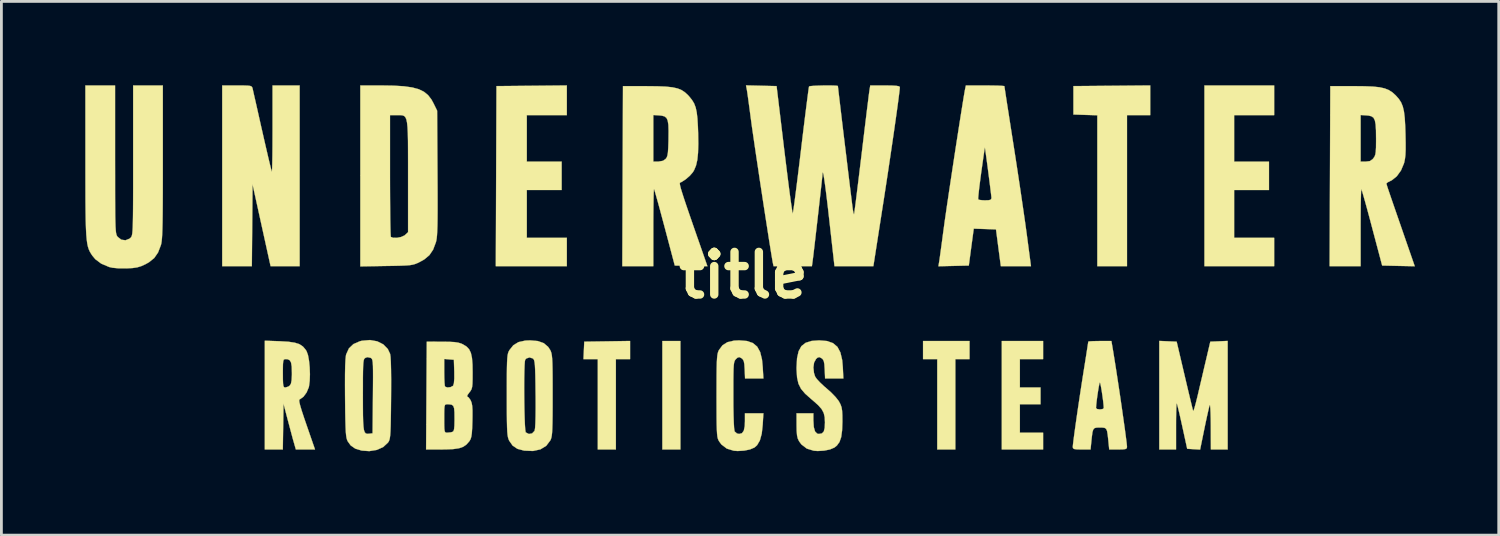
<source format=kicad_pcb>
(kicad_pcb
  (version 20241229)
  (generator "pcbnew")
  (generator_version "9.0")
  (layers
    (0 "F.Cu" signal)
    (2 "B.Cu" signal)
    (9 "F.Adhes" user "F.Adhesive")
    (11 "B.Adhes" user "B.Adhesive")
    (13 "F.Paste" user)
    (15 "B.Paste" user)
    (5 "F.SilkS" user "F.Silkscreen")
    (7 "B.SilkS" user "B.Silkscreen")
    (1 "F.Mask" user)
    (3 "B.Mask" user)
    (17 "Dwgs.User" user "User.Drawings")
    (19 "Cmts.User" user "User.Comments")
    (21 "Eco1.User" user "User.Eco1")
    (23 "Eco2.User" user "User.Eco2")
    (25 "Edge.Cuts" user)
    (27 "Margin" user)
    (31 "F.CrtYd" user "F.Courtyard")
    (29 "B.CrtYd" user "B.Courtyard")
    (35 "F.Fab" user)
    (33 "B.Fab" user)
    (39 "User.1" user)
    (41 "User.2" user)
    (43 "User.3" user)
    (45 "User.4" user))
  (footprint "title"
    (layer "F.Cu")
    (at 23.558 6.797)
    (property "Reference" "title" (at 0 0 0) (layer "F.SilkS") (effects (font (size 1.524 1.524) (thickness 0.3))))
    (attr through_hole)
    (fp_poly (pts (xy -2.263 6.235) (xy -2.909 6.235) (xy -2.909 2.355) (xy -2.263 2.355) (xy -2.263 6.235)) (stroke (width 0.01) (type solid)) (fill yes) (layer "F.SilkS"))
    (fp_poly (pts (xy 8.082 3.002) (xy 7.574 3.002) (xy 7.574 6.235) (xy 6.927 6.235) (xy 6.927 3.002) (xy 6.419 3.002) (xy 6.419 2.355) (xy 8.082 2.355) (xy 8.082 3.002)) (stroke (width 0.01) (type solid)) (fill yes) (layer "F.SilkS"))
    (fp_poly (pts (xy -4.064 3.002) (xy -4.572 3.002) (xy -4.572 6.235) (xy -5.219 6.235) (xy -5.219 3.002) (xy -5.731 3.002) (xy -5.717 2.69) (xy -5.703 2.378) (xy -4.884 2.366) (xy -4.064 2.353) (xy -4.064 3.002)) (stroke (width 0.01) (type solid)) (fill yes) (layer "F.SilkS"))
    (fp_poly (pts (xy 14.547 -5.727) (xy 13.716 -5.727) (xy 13.716 -0.323) (xy 12.654 -0.323) (xy 12.654 -5.723) (xy 12.227 -5.736) (xy 11.799 -5.75) (xy 11.799 -6.766) (xy 13.173 -6.778) (xy 14.547 -6.79) (xy 14.547 -5.727)) (stroke (width 0.01) (type solid)) (fill yes) (layer "F.SilkS"))
    (fp_poly (pts (xy 10.714 3.002) (xy 9.883 3.002) (xy 9.883 4.018) (xy 10.622 4.018) (xy 10.622 4.618) (xy 9.883 4.618) (xy 9.883 5.634) (xy 10.714 5.634) (xy 10.714 6.235) (xy 9.236 6.235) (xy 9.236 2.355) (xy 10.714 2.355) (xy 10.714 3.002)) (stroke (width 0.01) (type solid)) (fill yes) (layer "F.SilkS"))
    (fp_poly (pts (xy 18.981 -5.727) (xy 17.549 -5.727) (xy 17.549 -4.064) (xy 18.796 -4.064) (xy 18.796 -3.048) (xy 17.549 -3.048) (xy 17.549 -1.339) (xy 18.981 -1.339) (xy 18.981 -0.323) (xy 16.487 -0.323) (xy 16.487 -6.789) (xy 18.981 -6.789) (xy 18.981 -5.727)) (stroke (width 0.01) (type solid)) (fill yes) (layer "F.SilkS"))
    (fp_poly (pts (xy -6.327 -5.727) (xy -7.759 -5.727) (xy -7.759 -4.064) (xy -6.512 -4.064) (xy -6.512 -3.048) (xy -7.759 -3.048) (xy -7.759 -1.339) (xy -6.327 -1.339) (xy -6.327 -0.323) (xy -8.868 -0.323) (xy -8.856 -3.544) (xy -8.844 -6.766) (xy -7.585 -6.778) (xy -6.327 -6.79) (xy -6.327 -5.727)) (stroke (width 0.01) (type solid)) (fill yes) (layer "F.SilkS"))
    (fp_poly (pts (xy -17.899 -6.788) (xy -17.747 -6.783) (xy -17.654 -6.772) (xy -17.605 -6.75) (xy -17.581 -6.716) (xy -17.572 -6.685) (xy -17.556 -6.615) (xy -17.523 -6.467) (xy -17.474 -6.253) (xy -17.413 -5.984) (xy -17.343 -5.672) (xy -17.266 -5.328) (xy -17.226 -5.154) (xy -17.147 -4.805) (xy -17.073 -4.485) (xy -17.008 -4.205) (xy -16.953 -3.977) (xy -16.912 -3.811) (xy -16.887 -3.719) (xy -16.881 -3.703) (xy -16.875 -3.742) (xy -16.87 -3.862) (xy -16.865 -4.054) (xy -16.861 -4.307) (xy -16.858 -4.611) (xy -16.857 -4.955) (xy -16.856 -5.234) (xy -16.856 -6.789) (xy -15.887 -6.789) (xy -15.887 -0.323) (xy -16.406 -0.323) (xy -16.926 -0.323) (xy -17.249 -1.789) (xy -17.572 -3.255) (xy -17.584 -1.789) (xy -17.597 -0.323) (xy -18.657 -0.323) (xy -18.657 -6.789) (xy -18.127 -6.789) (xy -17.899 -6.788)) (stroke (width 0.01) (type solid)) (fill yes) (layer "F.SilkS"))
    (fp_poly (pts (xy 17.318 6.235) (xy 16.718 6.235) (xy 16.715 5.392) (xy 16.712 5.132) (xy 16.706 4.915) (xy 16.698 4.752) (xy 16.688 4.656) (xy 16.676 4.641) (xy 16.676 4.641) (xy 16.655 4.716) (xy 16.62 4.864) (xy 16.574 5.068) (xy 16.522 5.311) (xy 16.486 5.486) (xy 16.332 6.239) (xy 15.87 6.211) (xy 15.695 5.409) (xy 15.637 5.148) (xy 15.585 4.921) (xy 15.541 4.74) (xy 15.51 4.622) (xy 15.495 4.581) (xy 15.488 4.617) (xy 15.481 4.731) (xy 15.476 4.91) (xy 15.472 5.139) (xy 15.471 5.396) (xy 15.471 6.235) (xy 14.871 6.235) (xy 14.871 2.351) (xy 15.182 2.365) (xy 15.493 2.378) (xy 15.778 3.591) (xy 15.854 3.914) (xy 15.924 4.209) (xy 15.985 4.463) (xy 16.034 4.665) (xy 16.067 4.801) (xy 16.083 4.86) (xy 16.083 4.86) (xy 16.099 4.839) (xy 16.132 4.741) (xy 16.176 4.582) (xy 16.228 4.375) (xy 16.253 4.271) (xy 16.325 3.963) (xy 16.407 3.615) (xy 16.487 3.271) (xy 16.551 3.002) (xy 16.697 2.378) (xy 17.008 2.365) (xy 17.318 2.351) (xy 17.318 6.235)) (stroke (width 0.01) (type solid)) (fill yes) (layer "F.SilkS"))
    (fp_poly (pts (xy -16.588 2.363) (xy -16.286 2.381) (xy -16.06 2.415) (xy -15.893 2.469) (xy -15.769 2.552) (xy -15.67 2.669) (xy -15.638 2.721) (xy -15.589 2.856) (xy -15.552 3.056) (xy -15.528 3.294) (xy -15.519 3.545) (xy -15.527 3.78) (xy -15.552 3.975) (xy -15.561 4.012) (xy -15.638 4.195) (xy -15.749 4.347) (xy -15.874 4.437) (xy -15.887 4.441) (xy -15.903 4.468) (xy -15.898 4.537) (xy -15.869 4.658) (xy -15.815 4.84) (xy -15.732 5.092) (xy -15.644 5.349) (xy -15.337 6.235) (xy -16.022 6.235) (xy -16.085 6.015) (xy -16.122 5.886) (xy -16.174 5.693) (xy -16.236 5.461) (xy -16.301 5.215) (xy -16.307 5.195) (xy -16.464 4.595) (xy -16.489 6.235) (xy -17.133 6.235) (xy -17.133 3.51) (xy -16.487 3.51) (xy -16.486 3.732) (xy -16.48 3.879) (xy -16.468 3.964) (xy -16.446 4.005) (xy -16.412 4.017) (xy -16.398 4.018) (xy -16.293 3.986) (xy -16.236 3.945) (xy -16.197 3.877) (xy -16.174 3.758) (xy -16.164 3.572) (xy -16.164 3.493) (xy -16.17 3.27) (xy -16.194 3.125) (xy -16.241 3.042) (xy -16.319 3.006) (xy -16.381 3.002) (xy -16.427 3.005) (xy -16.458 3.027) (xy -16.475 3.082) (xy -16.484 3.186) (xy -16.487 3.357) (xy -16.487 3.51) (xy -17.133 3.51) (xy -17.133 2.344) (xy -16.588 2.363)) (stroke (width 0.01) (type solid)) (fill yes) (layer "F.SilkS"))
    (fp_poly (pts (xy -12.522 -6.782) (xy -12.156 -6.76) (xy -11.86 -6.718) (xy -11.624 -6.654) (xy -11.438 -6.563) (xy -11.291 -6.442) (xy -11.172 -6.288) (xy -11.101 -6.158) (xy -10.968 -5.888) (xy -10.955 -3.654) (xy -10.952 -3.126) (xy -10.951 -2.682) (xy -10.951 -2.314) (xy -10.953 -2.013) (xy -10.957 -1.772) (xy -10.964 -1.582) (xy -10.972 -1.436) (xy -10.983 -1.324) (xy -10.997 -1.239) (xy -11.011 -1.181) (xy -11.111 -0.915) (xy -11.245 -0.717) (xy -11.43 -0.563) (xy -11.569 -0.485) (xy -11.664 -0.438) (xy -11.748 -0.403) (xy -11.836 -0.378) (xy -11.942 -0.36) (xy -12.083 -0.349) (xy -12.274 -0.341) (xy -12.529 -0.335) (xy -12.781 -0.331) (xy -13.716 -0.315) (xy -13.716 -5.727) (xy -12.654 -5.727) (xy -12.654 -3.564) (xy -12.653 -3.125) (xy -12.651 -2.715) (xy -12.648 -2.343) (xy -12.645 -2.018) (xy -12.64 -1.749) (xy -12.635 -1.545) (xy -12.629 -1.416) (xy -12.623 -1.37) (xy -12.536 -1.337) (xy -12.401 -1.338) (xy -12.257 -1.367) (xy -12.138 -1.421) (xy -12.114 -1.44) (xy -12.007 -1.54) (xy -12.007 -3.531) (xy -12.007 -4.038) (xy -12.008 -4.461) (xy -12.01 -4.806) (xy -12.016 -5.083) (xy -12.027 -5.298) (xy -12.044 -5.459) (xy -12.068 -5.574) (xy -12.102 -5.65) (xy -12.145 -5.696) (xy -12.201 -5.719) (xy -12.269 -5.727) (xy -12.353 -5.727) (xy -12.402 -5.727) (xy -12.654 -5.727) (xy -13.716 -5.727) (xy -13.716 -6.789) (xy -12.969 -6.789) (xy -12.522 -6.782)) (stroke (width 0.01) (type solid)) (fill yes) (layer "F.SilkS"))
    (fp_poly (pts (xy 0.114 2.354) (xy 0.327 2.426) (xy 0.483 2.555) (xy 0.591 2.75) (xy 0.656 3.017) (xy 0.682 3.284) (xy 0.706 3.695) (xy 0.05 3.695) (xy 0.037 3.365) (xy 0.025 3.185) (xy 0.004 3.073) (xy -0.034 3.006) (xy -0.077 2.969) (xy -0.157 2.929) (xy -0.221 2.951) (xy -0.274 2.998) (xy -0.303 3.031) (xy -0.325 3.072) (xy -0.342 3.132) (xy -0.354 3.222) (xy -0.362 3.354) (xy -0.366 3.539) (xy -0.369 3.789) (xy -0.369 4.114) (xy -0.369 4.298) (xy -0.368 4.686) (xy -0.362 5.016) (xy -0.353 5.279) (xy -0.342 5.467) (xy -0.327 5.574) (xy -0.322 5.591) (xy -0.239 5.663) (xy -0.162 5.68) (xy -0.06 5.653) (xy 0.005 5.563) (xy 0.039 5.401) (xy 0.046 5.222) (xy 0.046 4.941) (xy 0.706 4.941) (xy 0.682 5.348) (xy 0.647 5.67) (xy 0.58 5.912) (xy 0.479 6.084) (xy 0.385 6.166) (xy 0.226 6.234) (xy 0.014 6.277) (xy -0.215 6.29) (xy -0.352 6.28) (xy -0.602 6.204) (xy -0.797 6.055) (xy -0.879 5.943) (xy -0.904 5.897) (xy -0.924 5.844) (xy -0.94 5.771) (xy -0.951 5.67) (xy -0.959 5.53) (xy -0.965 5.341) (xy -0.968 5.091) (xy -0.969 4.771) (xy -0.97 4.371) (xy -0.97 4.317) (xy -0.969 3.905) (xy -0.968 3.574) (xy -0.965 3.315) (xy -0.96 3.116) (xy -0.951 2.968) (xy -0.94 2.861) (xy -0.925 2.782) (xy -0.905 2.723) (xy -0.884 2.678) (xy -0.755 2.506) (xy -0.58 2.396) (xy -0.344 2.341) (xy -0.162 2.332) (xy 0.114 2.354)) (stroke (width 0.01) (type solid)) (fill yes) (layer "F.SilkS"))
    (fp_poly (pts (xy -22.491 -4.14) (xy -22.49 -3.578) (xy -22.49 -3.102) (xy -22.489 -2.704) (xy -22.487 -2.375) (xy -22.485 -2.11) (xy -22.48 -1.9) (xy -22.475 -1.738) (xy -22.467 -1.617) (xy -22.458 -1.53) (xy -22.446 -1.468) (xy -22.431 -1.425) (xy -22.414 -1.394) (xy -22.395 -1.369) (xy -22.267 -1.27) (xy -22.116 -1.25) (xy -21.971 -1.309) (xy -21.936 -1.339) (xy -21.917 -1.361) (xy -21.9 -1.389) (xy -21.887 -1.431) (xy -21.875 -1.493) (xy -21.866 -1.583) (xy -21.859 -1.709) (xy -21.854 -1.877) (xy -21.85 -2.095) (xy -21.847 -2.37) (xy -21.845 -2.709) (xy -21.844 -3.12) (xy -21.844 -3.609) (xy -21.844 -4.11) (xy -21.844 -6.789) (xy -20.782 -6.789) (xy -20.782 -4.049) (xy -20.782 -3.46) (xy -20.783 -2.955) (xy -20.785 -2.529) (xy -20.788 -2.173) (xy -20.792 -1.882) (xy -20.798 -1.647) (xy -20.805 -1.461) (xy -20.814 -1.318) (xy -20.825 -1.209) (xy -20.838 -1.129) (xy -20.851 -1.078) (xy -20.953 -0.813) (xy -21.089 -0.616) (xy -21.279 -0.463) (xy -21.402 -0.394) (xy -21.556 -0.324) (xy -21.698 -0.281) (xy -21.86 -0.257) (xy -22.079 -0.245) (xy -22.095 -0.245) (xy -22.361 -0.246) (xy -22.582 -0.267) (xy -22.702 -0.294) (xy -22.987 -0.415) (xy -23.199 -0.574) (xy -23.303 -0.698) (xy -23.352 -0.773) (xy -23.395 -0.846) (xy -23.431 -0.926) (xy -23.461 -1.019) (xy -23.486 -1.135) (xy -23.505 -1.278) (xy -23.521 -1.458) (xy -23.532 -1.682) (xy -23.541 -1.956) (xy -23.546 -2.289) (xy -23.55 -2.688) (xy -23.551 -3.16) (xy -23.552 -3.713) (xy -23.552 -4.076) (xy -23.553 -6.789) (xy -22.491 -6.789) (xy -22.491 -4.14)) (stroke (width 0.01) (type solid)) (fill yes) (layer "F.SilkS"))
    (fp_poly (pts (xy 2.98 2.355) (xy 3.196 2.43) (xy 3.354 2.563) (xy 3.461 2.763) (xy 3.525 3.035) (xy 3.548 3.29) (xy 3.567 3.695) (xy 2.914 3.695) (xy 2.9 3.365) (xy 2.888 3.185) (xy 2.867 3.073) (xy 2.83 3.006) (xy 2.786 2.969) (xy 2.706 2.929) (xy 2.642 2.951) (xy 2.59 2.998) (xy 2.52 3.125) (xy 2.495 3.302) (xy 2.516 3.498) (xy 2.556 3.624) (xy 2.617 3.713) (xy 2.732 3.837) (xy 2.88 3.976) (xy 2.958 4.043) (xy 3.132 4.197) (xy 3.286 4.356) (xy 3.396 4.495) (xy 3.417 4.529) (xy 3.469 4.63) (xy 3.503 4.728) (xy 3.522 4.846) (xy 3.531 5.009) (xy 3.533 5.241) (xy 3.533 5.242) (xy 3.522 5.554) (xy 3.49 5.791) (xy 3.429 5.966) (xy 3.337 6.094) (xy 3.248 6.166) (xy 3.089 6.234) (xy 2.877 6.277) (xy 2.649 6.29) (xy 2.511 6.28) (xy 2.261 6.204) (xy 2.067 6.055) (xy 1.984 5.943) (xy 1.938 5.848) (xy 1.91 5.73) (xy 1.897 5.564) (xy 1.894 5.369) (xy 1.893 4.941) (xy 2.494 4.941) (xy 2.494 5.192) (xy 2.509 5.433) (xy 2.554 5.59) (xy 2.632 5.669) (xy 2.691 5.68) (xy 2.799 5.661) (xy 2.866 5.594) (xy 2.9 5.465) (xy 2.909 5.267) (xy 2.9 5.079) (xy 2.864 4.927) (xy 2.79 4.79) (xy 2.666 4.649) (xy 2.479 4.483) (xy 2.419 4.433) (xy 2.202 4.241) (xy 2.053 4.065) (xy 1.96 3.879) (xy 1.911 3.658) (xy 1.894 3.378) (xy 1.893 3.306) (xy 1.91 2.974) (xy 1.966 2.721) (xy 2.066 2.538) (xy 2.219 2.418) (xy 2.43 2.352) (xy 2.702 2.332) (xy 2.98 2.355)) (stroke (width 0.01) (type solid)) (fill yes) (layer "F.SilkS"))
    (fp_poly (pts (xy -3.464 -6.764) (xy -3.085 -6.76) (xy -2.786 -6.748) (xy -2.551 -6.723) (xy -2.367 -6.683) (xy -2.221 -6.624) (xy -2.098 -6.542) (xy -1.985 -6.436) (xy -1.949 -6.396) (xy -1.849 -6.272) (xy -1.773 -6.147) (xy -1.718 -6.005) (xy -1.68 -5.83) (xy -1.654 -5.606) (xy -1.637 -5.316) (xy -1.629 -5.101) (xy -1.623 -4.702) (xy -1.632 -4.382) (xy -1.658 -4.127) (xy -1.704 -3.925) (xy -1.771 -3.763) (xy -1.816 -3.687) (xy -1.927 -3.558) (xy -2.073 -3.432) (xy -2.217 -3.338) (xy -2.272 -3.314) (xy -2.284 -3.301) (xy -2.284 -3.265) (xy -2.273 -3.201) (xy -2.247 -3.1) (xy -2.203 -2.956) (xy -2.141 -2.762) (xy -2.057 -2.511) (xy -1.949 -2.195) (xy -1.815 -1.808) (xy -1.653 -1.341) (xy -1.623 -1.257) (xy -1.297 -0.321) (xy -1.881 -0.333) (xy -2.464 -0.346) (xy -2.823 -1.703) (xy -2.914 -2.042) (xy -2.997 -2.352) (xy -3.071 -2.621) (xy -3.132 -2.839) (xy -3.177 -2.994) (xy -3.203 -3.075) (xy -3.208 -3.084) (xy -3.214 -3.047) (xy -3.22 -2.927) (xy -3.224 -2.738) (xy -3.228 -2.489) (xy -3.231 -2.191) (xy -3.233 -1.856) (xy -3.233 -1.716) (xy -3.233 -0.323) (xy -4.342 -0.323) (xy -4.33 -3.544) (xy -4.328 -4.064) (xy -3.233 -4.064) (xy -3.055 -4.064) (xy -2.884 -4.094) (xy -2.79 -4.161) (xy -2.753 -4.213) (xy -2.727 -4.286) (xy -2.709 -4.397) (xy -2.698 -4.562) (xy -2.69 -4.798) (xy -2.689 -4.865) (xy -2.686 -5.162) (xy -2.693 -5.38) (xy -2.717 -5.531) (xy -2.761 -5.627) (xy -2.831 -5.683) (xy -2.931 -5.709) (xy -3.014 -5.718) (xy -3.233 -5.732) (xy -3.233 -4.064) (xy -4.328 -4.064) (xy -4.318 -6.766) (xy -3.464 -6.764)) (stroke (width 0.01) (type solid)) (fill yes) (layer "F.SilkS"))
    (fp_poly (pts (xy -13.111 2.366) (xy -12.894 2.475) (xy -12.732 2.641) (xy -12.65 2.815) (xy -12.635 2.916) (xy -12.624 3.103) (xy -12.617 3.372) (xy -12.613 3.716) (xy -12.614 4.131) (xy -12.616 4.419) (xy -12.62 4.823) (xy -12.625 5.144) (xy -12.63 5.395) (xy -12.637 5.584) (xy -12.646 5.723) (xy -12.659 5.822) (xy -12.675 5.891) (xy -12.695 5.941) (xy -12.721 5.982) (xy -12.726 5.989) (xy -12.897 6.148) (xy -13.127 6.251) (xy -13.396 6.294) (xy -13.664 6.275) (xy -13.896 6.205) (xy -14.062 6.089) (xy -14.165 5.945) (xy -14.189 5.893) (xy -14.208 5.826) (xy -14.223 5.733) (xy -14.235 5.603) (xy -14.243 5.426) (xy -14.25 5.192) (xy -14.256 4.888) (xy -14.26 4.506) (xy -14.261 4.41) (xy -14.262 4.287) (xy -13.624 4.287) (xy -13.623 4.685) (xy -13.621 4.999) (xy -13.615 5.24) (xy -13.603 5.418) (xy -13.586 5.54) (xy -13.559 5.617) (xy -13.523 5.659) (xy -13.476 5.675) (xy -13.415 5.673) (xy -13.393 5.671) (xy -13.277 5.657) (xy -13.265 4.332) (xy -13.262 3.947) (xy -13.26 3.645) (xy -13.261 3.414) (xy -13.264 3.244) (xy -13.271 3.126) (xy -13.282 3.048) (xy -13.298 3.001) (xy -13.319 2.974) (xy -13.346 2.956) (xy -13.346 2.956) (xy -13.464 2.931) (xy -13.531 2.956) (xy -13.558 2.974) (xy -13.58 3.002) (xy -13.596 3.052) (xy -13.607 3.134) (xy -13.615 3.257) (xy -13.62 3.434) (xy -13.623 3.673) (xy -13.623 3.986) (xy -13.624 4.287) (xy -14.262 4.287) (xy -14.264 3.934) (xy -14.263 3.546) (xy -14.257 3.243) (xy -14.246 3.021) (xy -14.231 2.876) (xy -14.222 2.833) (xy -14.123 2.617) (xy -13.96 2.462) (xy -13.727 2.362) (xy -13.655 2.345) (xy -13.369 2.32) (xy -13.111 2.366)) (stroke (width 0.01) (type solid)) (fill yes) (layer "F.SilkS"))
    (fp_poly (pts (xy 21.844 -6.765) (xy 22.221 -6.761) (xy 22.519 -6.749) (xy 22.753 -6.724) (xy 22.937 -6.683) (xy 23.084 -6.624) (xy 23.21 -6.543) (xy 23.327 -6.438) (xy 23.334 -6.43) (xy 23.442 -6.308) (xy 23.524 -6.182) (xy 23.584 -6.036) (xy 23.626 -5.855) (xy 23.654 -5.624) (xy 23.671 -5.328) (xy 23.68 -5.05) (xy 23.686 -4.733) (xy 23.686 -4.49) (xy 23.678 -4.305) (xy 23.661 -4.16) (xy 23.636 -4.037) (xy 23.625 -3.999) (xy 23.52 -3.749) (xy 23.37 -3.541) (xy 23.192 -3.398) (xy 23.137 -3.371) (xy 23.042 -3.323) (xy 22.999 -3.284) (xy 22.999 -3.282) (xy 23.001 -3.265) (xy 23.011 -3.23) (xy 23.029 -3.169) (xy 23.06 -3.075) (xy 23.106 -2.94) (xy 23.169 -2.755) (xy 23.252 -2.514) (xy 23.358 -2.208) (xy 23.489 -1.831) (xy 23.639 -1.396) (xy 24.012 -0.321) (xy 23.429 -0.333) (xy 22.846 -0.346) (xy 22.487 -1.701) (xy 22.397 -2.041) (xy 22.313 -2.351) (xy 22.239 -2.62) (xy 22.177 -2.838) (xy 22.132 -2.993) (xy 22.106 -3.074) (xy 22.101 -3.083) (xy 22.095 -3.045) (xy 22.089 -2.927) (xy 22.084 -2.737) (xy 22.079 -2.489) (xy 22.077 -2.191) (xy 22.075 -1.857) (xy 22.075 -1.716) (xy 22.075 -0.323) (xy 20.966 -0.323) (xy 20.978 -3.544) (xy 20.98 -4.064) (xy 22.075 -4.064) (xy 22.256 -4.064) (xy 22.401 -4.082) (xy 22.502 -4.149) (xy 22.533 -4.186) (xy 22.574 -4.246) (xy 22.601 -4.318) (xy 22.617 -4.42) (xy 22.626 -4.57) (xy 22.628 -4.788) (xy 22.628 -4.89) (xy 22.625 -5.182) (xy 22.612 -5.395) (xy 22.584 -5.542) (xy 22.536 -5.635) (xy 22.462 -5.687) (xy 22.359 -5.712) (xy 22.293 -5.718) (xy 22.075 -5.732) (xy 22.075 -4.064) (xy 20.98 -4.064) (xy 20.99 -6.766) (xy 21.844 -6.765)) (stroke (width 0.01) (type solid)) (fill yes) (layer "F.SilkS"))
    (fp_poly (pts (xy 13.184 2.505) (xy 13.225 2.747) (xy 13.272 3.04) (xy 13.325 3.373) (xy 13.38 3.733) (xy 13.437 4.108) (xy 13.493 4.485) (xy 13.546 4.853) (xy 13.595 5.199) (xy 13.639 5.509) (xy 13.674 5.773) (xy 13.7 5.977) (xy 13.714 6.11) (xy 13.716 6.148) (xy 13.705 6.194) (xy 13.66 6.22) (xy 13.562 6.232) (xy 13.398 6.235) (xy 13.08 6.235) (xy 13.049 5.923) (xy 13.026 5.711) (xy 13.003 5.574) (xy 12.968 5.496) (xy 12.91 5.46) (xy 12.821 5.45) (xy 12.746 5.449) (xy 12.632 5.452) (xy 12.556 5.47) (xy 12.509 5.521) (xy 12.479 5.62) (xy 12.458 5.785) (xy 12.443 5.923) (xy 12.412 6.235) (xy 12.094 6.235) (xy 11.925 6.232) (xy 11.829 6.219) (xy 11.786 6.192) (xy 11.776 6.15) (xy 11.783 6.064) (xy 11.803 5.899) (xy 11.833 5.667) (xy 11.873 5.38) (xy 11.92 5.05) (xy 11.963 4.754) (xy 12.608 4.754) (xy 12.608 4.754) (xy 12.648 4.788) (xy 12.744 4.803) (xy 12.746 4.803) (xy 12.843 4.789) (xy 12.885 4.755) (xy 12.885 4.754) (xy 12.878 4.649) (xy 12.862 4.497) (xy 12.838 4.32) (xy 12.812 4.142) (xy 12.785 3.986) (xy 12.762 3.875) (xy 12.746 3.833) (xy 12.746 3.833) (xy 12.73 3.875) (xy 12.707 3.986) (xy 12.681 4.141) (xy 12.654 4.319) (xy 12.631 4.496) (xy 12.614 4.649) (xy 12.608 4.754) (xy 11.963 4.754) (xy 11.973 4.688) (xy 12.03 4.307) (xy 12.089 3.919) (xy 12.149 3.536) (xy 12.166 3.428) (xy 12.214 3.131) (xy 12.256 2.865) (xy 12.29 2.645) (xy 12.315 2.483) (xy 12.329 2.392) (xy 12.331 2.377) (xy 12.373 2.367) (xy 12.488 2.36) (xy 12.653 2.356) (xy 12.744 2.355) (xy 13.158 2.355) (xy 13.184 2.505)) (stroke (width 0.01) (type solid)) (fill yes) (layer "F.SilkS"))
    (fp_poly (pts (xy 8.88 -6.787) (xy 9.084 -6.783) (xy 9.235 -6.776) (xy 9.318 -6.768) (xy 9.329 -6.764) (xy 9.336 -6.714) (xy 9.356 -6.583) (xy 9.387 -6.379) (xy 9.428 -6.111) (xy 9.479 -5.789) (xy 9.536 -5.422) (xy 9.599 -5.018) (xy 9.653 -4.674) (xy 9.728 -4.194) (xy 9.804 -3.697) (xy 9.879 -3.2) (xy 9.95 -2.72) (xy 10.015 -2.274) (xy 10.072 -1.88) (xy 10.117 -1.554) (xy 10.129 -1.466) (xy 10.28 -0.323) (xy 9.202 -0.323) (xy 9.115 -0.981) (xy 9.029 -1.639) (xy 8.631 -1.653) (xy 8.233 -1.666) (xy 8.144 -1.006) (xy 8.056 -0.346) (xy 7.512 -0.333) (xy 6.969 -0.32) (xy 6.994 -0.472) (xy 7.008 -0.561) (xy 7.031 -0.726) (xy 7.062 -0.952) (xy 7.099 -1.223) (xy 7.139 -1.526) (xy 7.161 -1.686) (xy 7.191 -1.91) (xy 7.233 -2.198) (xy 7.282 -2.539) (xy 7.309 -2.717) (xy 8.391 -2.717) (xy 8.391 -2.713) (xy 8.445 -2.693) (xy 8.559 -2.681) (xy 8.639 -2.679) (xy 8.777 -2.684) (xy 8.845 -2.706) (xy 8.866 -2.752) (xy 8.867 -2.766) (xy 8.861 -2.829) (xy 8.845 -2.965) (xy 8.821 -3.158) (xy 8.792 -3.388) (xy 8.76 -3.638) (xy 8.727 -3.891) (xy 8.695 -4.128) (xy 8.667 -4.332) (xy 8.646 -4.484) (xy 8.632 -4.567) (xy 8.631 -4.572) (xy 8.624 -4.536) (xy 8.606 -4.421) (xy 8.58 -4.241) (xy 8.547 -4.01) (xy 8.509 -3.739) (xy 8.499 -3.671) (xy 8.462 -3.389) (xy 8.43 -3.139) (xy 8.407 -2.933) (xy 8.393 -2.788) (xy 8.391 -2.717) (xy 7.309 -2.717) (xy 7.339 -2.922) (xy 7.401 -3.335) (xy 7.466 -3.767) (xy 7.533 -4.208) (xy 7.6 -4.645) (xy 7.666 -5.068) (xy 7.728 -5.465) (xy 7.785 -5.825) (xy 7.835 -6.137) (xy 7.876 -6.389) (xy 7.907 -6.571) (xy 7.924 -6.662) (xy 7.951 -6.789) (xy 8.64 -6.789) (xy 8.88 -6.787)) (stroke (width 0.01) (type solid)) (fill yes) (layer "F.SilkS"))
    (fp_poly (pts (xy -10.783 2.38) (xy -10.53 2.383) (xy -10.347 2.393) (xy -10.214 2.413) (xy -10.109 2.444) (xy -10.048 2.472) (xy -9.918 2.551) (xy -9.824 2.649) (xy -9.76 2.78) (xy -9.721 2.959) (xy -9.702 3.202) (xy -9.698 3.471) (xy -9.699 3.715) (xy -9.704 3.885) (xy -9.716 4) (xy -9.738 4.08) (xy -9.773 4.142) (xy -9.818 4.199) (xy -9.881 4.286) (xy -9.897 4.337) (xy -9.888 4.341) (xy -9.836 4.378) (xy -9.773 4.469) (xy -9.765 4.484) (xy -9.733 4.566) (xy -9.713 4.674) (xy -9.703 4.827) (xy -9.703 5.043) (xy -9.706 5.22) (xy -9.714 5.473) (xy -9.726 5.652) (xy -9.744 5.776) (xy -9.77 5.863) (xy -9.808 5.931) (xy -9.817 5.943) (xy -9.917 6.057) (xy -10.033 6.138) (xy -10.184 6.191) (xy -10.385 6.221) (xy -10.654 6.233) (xy -10.796 6.234) (xy -11.362 6.235) (xy -11.355 5.126) (xy -10.714 5.126) (xy -10.714 5.348) (xy -10.709 5.493) (xy -10.698 5.579) (xy -10.676 5.62) (xy -10.64 5.633) (xy -10.603 5.634) (xy -10.483 5.623) (xy -10.418 5.606) (xy -10.383 5.577) (xy -10.361 5.51) (xy -10.349 5.388) (xy -10.345 5.196) (xy -10.345 5.126) (xy -10.347 4.904) (xy -10.36 4.758) (xy -10.392 4.673) (xy -10.45 4.632) (xy -10.544 4.619) (xy -10.603 4.618) (xy -10.651 4.621) (xy -10.683 4.64) (xy -10.702 4.692) (xy -10.711 4.792) (xy -10.714 4.957) (xy -10.714 5.126) (xy -11.355 5.126) (xy -11.35 4.306) (xy -11.345 3.476) (xy -10.714 3.476) (xy -10.711 3.678) (xy -10.704 3.845) (xy -10.693 3.955) (xy -10.683 3.987) (xy -10.6 4.017) (xy -10.488 4.005) (xy -10.399 3.958) (xy -10.395 3.953) (xy -10.367 3.867) (xy -10.353 3.696) (xy -10.354 3.457) (xy -10.368 3.025) (xy -10.541 3.011) (xy -10.714 2.996) (xy -10.714 3.476) (xy -11.345 3.476) (xy -11.338 2.378) (xy -10.783 2.38)) (stroke (width 0.01) (type solid)) (fill yes) (layer "F.SilkS"))
    (fp_poly (pts (xy -7.364 2.356) (xy -7.152 2.431) (xy -6.996 2.564) (xy -6.921 2.678) (xy -6.897 2.729) (xy -6.878 2.791) (xy -6.863 2.873) (xy -6.852 2.985) (xy -6.844 3.14) (xy -6.839 3.346) (xy -6.836 3.615) (xy -6.835 3.957) (xy -6.835 4.294) (xy -6.835 4.706) (xy -6.837 5.036) (xy -6.841 5.294) (xy -6.847 5.492) (xy -6.855 5.639) (xy -6.867 5.746) (xy -6.883 5.823) (xy -6.903 5.882) (xy -6.916 5.908) (xy -7.064 6.104) (xy -7.272 6.231) (xy -7.537 6.289) (xy -7.853 6.276) (xy -7.857 6.275) (xy -8.095 6.212) (xy -8.267 6.096) (xy -8.39 5.92) (xy -8.413 5.865) (xy -8.432 5.8) (xy -8.447 5.713) (xy -8.458 5.595) (xy -8.465 5.435) (xy -8.47 5.222) (xy -8.473 4.945) (xy -8.474 4.594) (xy -8.474 4.295) (xy -8.474 3.963) (xy -7.853 3.963) (xy -7.852 4.263) (xy -7.849 4.566) (xy -7.844 4.857) (xy -7.836 5.122) (xy -7.827 5.345) (xy -7.816 5.512) (xy -7.802 5.608) (xy -7.795 5.625) (xy -7.685 5.681) (xy -7.57 5.661) (xy -7.485 5.573) (xy -7.478 5.556) (xy -7.463 5.468) (xy -7.452 5.296) (xy -7.445 5.047) (xy -7.442 4.731) (xy -7.443 4.354) (xy -7.445 4.236) (xy -7.449 3.871) (xy -7.454 3.587) (xy -7.461 3.374) (xy -7.469 3.22) (xy -7.481 3.114) (xy -7.496 3.047) (xy -7.516 3.005) (xy -7.542 2.979) (xy -7.544 2.978) (xy -7.662 2.941) (xy -7.776 2.979) (xy -7.816 3.022) (xy -7.829 3.086) (xy -7.839 3.227) (xy -7.846 3.43) (xy -7.851 3.681) (xy -7.853 3.963) (xy -8.474 3.963) (xy -8.474 3.888) (xy -8.473 3.563) (xy -8.47 3.31) (xy -8.465 3.117) (xy -8.457 2.974) (xy -8.446 2.87) (xy -8.431 2.795) (xy -8.411 2.738) (xy -8.385 2.689) (xy -8.38 2.68) (xy -8.241 2.506) (xy -8.057 2.394) (xy -7.815 2.34) (xy -7.643 2.332) (xy -7.364 2.356)) (stroke (width 0.01) (type solid)) (fill yes) (layer "F.SilkS"))
    (fp_poly (pts (xy 0.631 -6.779) (xy 1.178 -6.766) (xy 1.454 -4.47) (xy 1.509 -4.022) (xy 1.561 -3.604) (xy 1.609 -3.225) (xy 1.652 -2.893) (xy 1.69 -2.617) (xy 1.721 -2.405) (xy 1.743 -2.266) (xy 1.756 -2.208) (xy 1.757 -2.207) (xy 1.768 -2.258) (xy 1.788 -2.392) (xy 1.817 -2.599) (xy 1.853 -2.872) (xy 1.895 -3.2) (xy 1.942 -3.576) (xy 1.993 -3.989) (xy 2.046 -4.431) (xy 2.052 -4.48) (xy 2.105 -4.925) (xy 2.156 -5.342) (xy 2.203 -5.721) (xy 2.245 -6.055) (xy 2.281 -6.335) (xy 2.309 -6.55) (xy 2.329 -6.692) (xy 2.34 -6.753) (xy 2.34 -6.754) (xy 2.389 -6.766) (xy 2.506 -6.776) (xy 2.669 -6.783) (xy 2.854 -6.788) (xy 3.039 -6.789) (xy 3.202 -6.787) (xy 3.32 -6.781) (xy 3.371 -6.771) (xy 3.371 -6.769) (xy 3.377 -6.717) (xy 3.392 -6.584) (xy 3.416 -6.381) (xy 3.447 -6.119) (xy 3.484 -5.809) (xy 3.525 -5.462) (xy 3.57 -5.089) (xy 3.617 -4.702) (xy 3.665 -4.31) (xy 3.711 -3.924) (xy 3.756 -3.557) (xy 3.797 -3.218) (xy 3.834 -2.919) (xy 3.865 -2.67) (xy 3.888 -2.483) (xy 3.903 -2.368) (xy 3.907 -2.341) (xy 3.928 -2.233) (xy 3.946 -2.18) (xy 3.95 -2.179) (xy 3.958 -2.227) (xy 3.976 -2.357) (xy 4.003 -2.561) (xy 4.037 -2.829) (xy 4.077 -3.153) (xy 4.123 -3.523) (xy 4.172 -3.931) (xy 4.222 -4.341) (xy 4.275 -4.782) (xy 4.325 -5.198) (xy 4.372 -5.581) (xy 4.413 -5.92) (xy 4.449 -6.205) (xy 4.476 -6.427) (xy 4.496 -6.576) (xy 4.505 -6.639) (xy 4.53 -6.789) (xy 5.059 -6.789) (xy 5.303 -6.786) (xy 5.466 -6.776) (xy 5.557 -6.759) (xy 5.588 -6.734) (xy 5.588 -6.731) (xy 5.581 -6.642) (xy 5.561 -6.472) (xy 5.53 -6.228) (xy 5.488 -5.92) (xy 5.437 -5.557) (xy 5.379 -5.149) (xy 5.314 -4.704) (xy 5.244 -4.231) (xy 5.171 -3.739) (xy 5.095 -3.238) (xy 5.018 -2.736) (xy 4.978 -2.482) (xy 4.641 -0.323) (xy 3.946 -0.323) (xy 3.25 -0.323) (xy 3.075 -1.882) (xy 3.016 -2.407) (xy 2.964 -2.841) (xy 2.92 -3.184) (xy 2.884 -3.437) (xy 2.857 -3.601) (xy 2.837 -3.676) (xy 2.825 -3.663) (xy 2.821 -3.622) (xy 2.815 -3.554) (xy 2.8 -3.407) (xy 2.777 -3.196) (xy 2.748 -2.934) (xy 2.714 -2.634) (xy 2.678 -2.311) (xy 2.64 -1.977) (xy 2.602 -1.647) (xy 2.566 -1.333) (xy 2.533 -1.05) (xy 2.505 -0.811) (xy 2.483 -0.63) (xy 2.469 -0.52) (xy 2.442 -0.323) (xy 1.07 -0.323) (xy 1.043 -0.45) (xy 1.023 -0.562) (xy 0.991 -0.754) (xy 0.949 -1.015) (xy 0.898 -1.334) (xy 0.841 -1.701) (xy 0.778 -2.103) (xy 0.712 -2.531) (xy 0.645 -2.972) (xy 0.577 -3.416) (xy 0.512 -3.853) (xy 0.449 -4.27) (xy 0.392 -4.656) (xy 0.342 -5.002) (xy 0.299 -5.295) (xy 0.268 -5.524) (xy 0.256 -5.611) (xy 0.218 -5.901) (xy 0.182 -6.167) (xy 0.151 -6.393) (xy 0.127 -6.561) (xy 0.111 -6.657) (xy 0.11 -6.663) (xy 0.084 -6.792) (xy 0.631 -6.779)) (stroke (width 0.01) (type solid)) (fill yes) (layer "F.SilkS")))
  (gr_rect
    (start -3 -3)
    (end 50.575 16.096)
    (stroke (width 0.1) (type default))
    (fill no)
    (layer "Edge.Cuts")))
</source>
